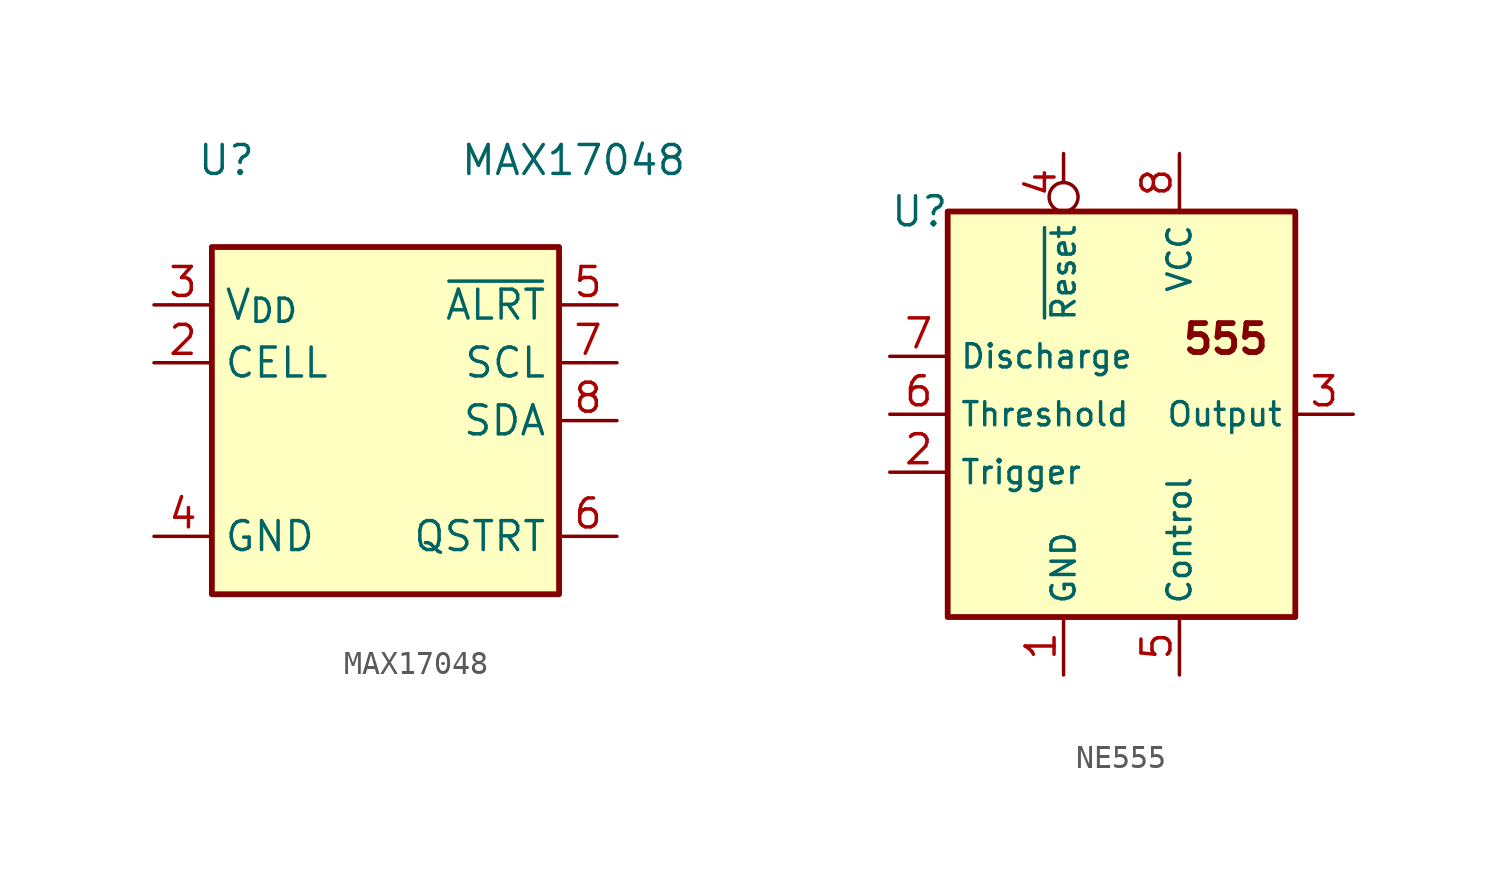
<source format=kicad_sym>
(kicad_symbol_lib
  (version 20231120)
  (generator "kicad_symbol_editor")
  (generator_version "8.0")
  (symbol "MAX17048"
    (property "Reference" "U"
      (at -6.985 11.43 0)
      (effects (font (size 1.27 1.27))))
    (property "Value" "MAX17048"
      (at 8.255 11.43 0)
      (effects (font (size 1.27 1.27))))
    (symbol "MAX17048_0_1"
      (rectangle (start -7.62 7.62) (end 7.62 -7.62) (stroke (width 0.254) (type default)) (fill (type background))))
    (symbol "MAX17048_1_1"
      (pin passive line (at -10.16 -5.08 0) (length 2.54) hide (name "CTG" (effects (font (size 1.27 1.27)))) (number "1" (effects (font (size 1.27 1.27)))))
      (pin passive line (at -10.16 2.54 0) (length 2.54) (name "CELL" (effects (font (size 1.27 1.27)))) (number "2" (effects (font (size 1.27 1.27)))))
      (pin input line (at -10.16 5.08 0) (length 2.54) (name "V_{DD}" (effects (font (size 1.27 1.27)))) (number "3" (effects (font (size 1.27 1.27)))))
      (pin power_in line (at -10.16 -5.08 0) (length 2.54) (name "GND" (effects (font (size 1.27 1.27)))) (number "4" (effects (font (size 1.27 1.27)))))
      (pin open_collector line (at 10.16 5.08 180) (length 2.54) (name "~{ALRT}" (effects (font (size 1.27 1.27)))) (number "5" (effects (font (size 1.27 1.27)))))
      (pin input line (at 10.16 -5.08 180) (length 2.54) (name "QSTRT" (effects (font (size 1.27 1.27)))) (number "6" (effects (font (size 1.27 1.27)))))
      (pin input line (at 10.16 2.54 180) (length 2.54) (name "SCL" (effects (font (size 1.27 1.27)))) (number "7" (effects (font (size 1.27 1.27)))))
      (pin bidirectional line (at 10.16 0 180) (length 2.54) (name "SDA" (effects (font (size 1.27 1.27)))) (number "8" (effects (font (size 1.27 1.27)))))
      (pin power_in line (at -10.16 -5.08 0) (length 2.54) hide (name "EP" (effects (font (size 1.27 1.27)))) (number "9" (effects (font (size 1.27 1.27)))))))
  (symbol "NE555"
    (property "Reference" "U"
      (at -10.16 8.89 0)
      (effects (font (size 1.27 1.27)) (justify left)))
    (symbol "NE555_0_0"
      (pin power_in line (at -2.54 -11.43 90) (length 2.54) (name "GND" (effects (font (size 1.016 1.016)))) (number "1" (effects (font (size 1.27 1.27)))))
      (pin power_in line (at 2.54 11.43 270) (length 2.54) (name "VCC" (effects (font (size 1.016 1.016)))) (number "8" (effects (font (size 1.27 1.27))))))
    (symbol "NE555_0_1"
      (rectangle (start -7.62 8.89) (end 7.62 -8.89) (stroke (width 0.254) (type default)) (fill (type background))))
    (symbol "NE555_1_1"
      (text "555" (at 4.572 3.302 0) (effects (font (size 1.27 1.27) (thickness 0.254) (bold yes))))
      (pin input line (at -10.16 -2.54 0) (length 2.54) (name "Trigger" (effects (font (size 1.016 1.016)))) (number "2" (effects (font (size 1.27 1.27)))))
      (pin output line (at 10.16 0 180) (length 2.54) (name "Output" (effects (font (size 1.016 1.016)))) (number "3" (effects (font (size 1.27 1.27)))))
      (pin input inverted (at -2.54 11.43 270) (length 2.54) (name "~{Reset}" (effects (font (size 1.016 1.016)))) (number "4" (effects (font (size 1.27 1.27)))))
      (pin input line (at 2.54 -11.43 90) (length 2.54) (name "Control" (effects (font (size 1.016 1.016)))) (number "5" (effects (font (size 1.27 1.27)))))
      (pin input line (at -10.16 0 0) (length 2.54) (name "Threshold" (effects (font (size 1.016 1.016)))) (number "6" (effects (font (size 1.27 1.27)))))
      (pin input line (at -10.16 2.54 0) (length 2.54) (name "Discharge" (effects (font (size 1.016 1.016)))) (number "7" (effects (font (size 1.27 1.27))))))))
</source>
